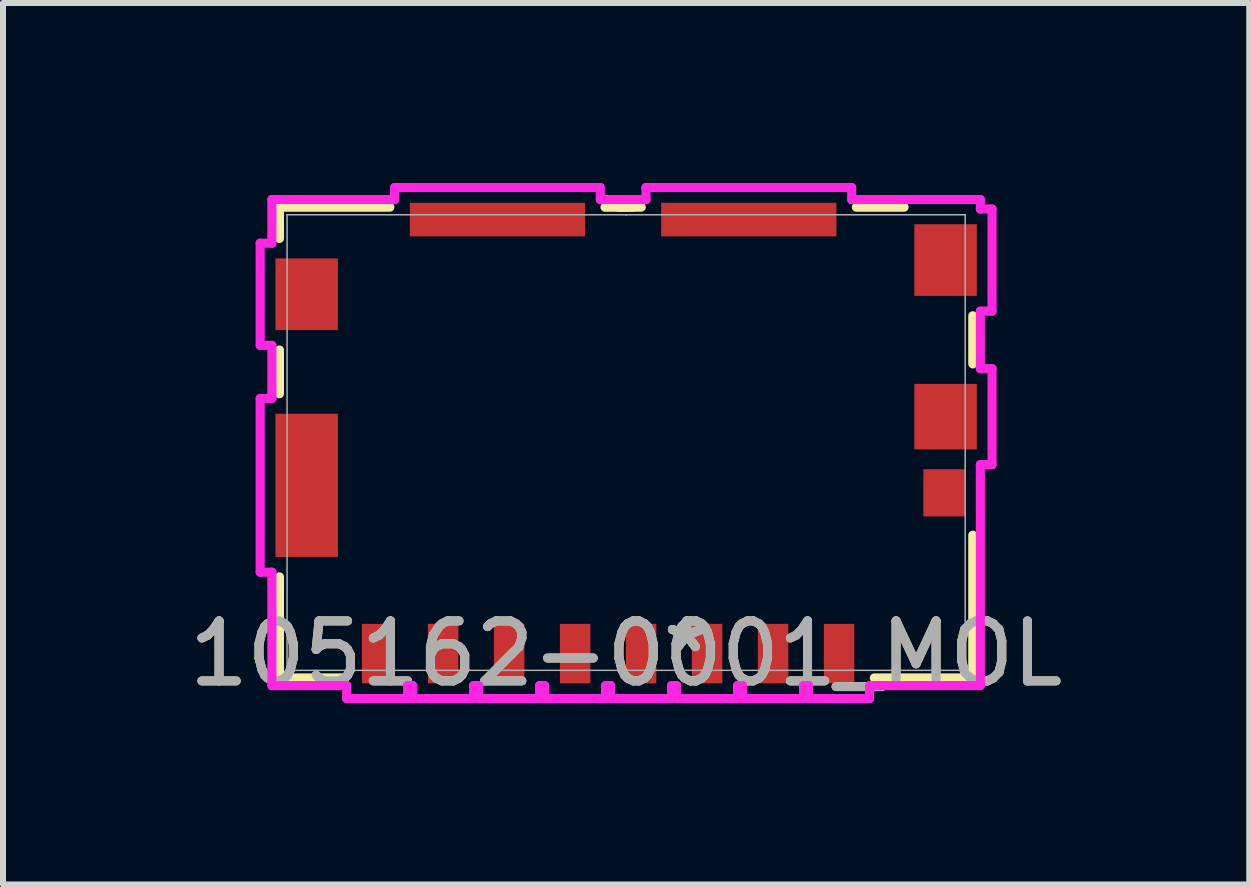
<source format=kicad_pcb>
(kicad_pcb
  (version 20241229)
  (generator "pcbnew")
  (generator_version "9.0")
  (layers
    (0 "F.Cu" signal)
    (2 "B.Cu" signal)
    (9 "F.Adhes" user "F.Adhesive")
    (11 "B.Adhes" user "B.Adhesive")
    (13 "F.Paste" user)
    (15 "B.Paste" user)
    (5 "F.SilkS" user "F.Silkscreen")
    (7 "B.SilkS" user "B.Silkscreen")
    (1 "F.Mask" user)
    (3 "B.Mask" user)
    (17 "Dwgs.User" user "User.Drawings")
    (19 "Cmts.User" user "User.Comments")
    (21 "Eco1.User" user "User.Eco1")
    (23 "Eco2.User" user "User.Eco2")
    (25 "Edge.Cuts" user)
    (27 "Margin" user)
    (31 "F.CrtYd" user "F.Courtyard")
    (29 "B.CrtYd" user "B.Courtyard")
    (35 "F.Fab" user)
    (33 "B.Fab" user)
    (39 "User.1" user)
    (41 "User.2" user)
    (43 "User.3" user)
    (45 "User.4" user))
  (footprint "105162-0001_MOL"
    (layer "F.Cu")
    (at 7.387 4.327)
    (property "Reference" "105162-0001_MOL" (at 0 3.518 0) (unlocked yes) (layer "F.SilkS") (effects (font (size 1 1) (thickness 0.15))))
    (attr smd)
    (fp_line (start -5.779 -3.924) (end -5.779 -3.402) (stroke (width 0.152) (type solid)) (layer "F.SilkS"))
    (fp_line (start -5.779 -1.543) (end -5.779 -0.814) (stroke (width 0.152) (type solid)) (layer "F.SilkS"))
    (fp_line (start -5.779 2.239) (end -5.779 3.924) (stroke (width 0.152) (type solid)) (layer "F.SilkS"))
    (fp_line (start -5.779 3.924) (end -4.737 3.924) (stroke (width 0.152) (type solid)) (layer "F.SilkS"))
    (fp_line (start -3.938 -3.924) (end -5.779 -3.924) (stroke (width 0.152) (type solid)) (layer "F.SilkS"))
    (fp_line (start 0.127 -3.924) (end -0.127 -3.924) (stroke (width 0.152) (type solid)) (layer "F.SilkS"))
    (fp_line (start 0.252 -3.924) (end -0.352 -3.924) (stroke (width 0.152) (type solid)) (layer "F.SilkS"))
    (fp_line (start 4.137 3.924) (end 5.779 3.924) (stroke (width 0.152) (type solid)) (layer "F.SilkS"))
    (fp_line (start 4.633 -3.924) (end 3.838 -3.924) (stroke (width 0.152) (type solid)) (layer "F.SilkS"))
    (fp_line (start 5.779 -1.311) (end 5.779 -2.113) (stroke (width 0.152) (type solid)) (layer "F.SilkS"))
    (fp_line (start 5.779 3.924) (end 5.779 1.544) (stroke (width 0.152) (type solid)) (layer "F.SilkS"))
    (fp_line (start -6.1 -0.735) (end -6.1 2.161) (stroke (width 0.152) (type solid)) (layer "F.CrtYd"))
    (fp_line (start -6.1 2.161) (end -5.905 2.161) (stroke (width 0.152) (type solid)) (layer "F.CrtYd"))
    (fp_line (start -6.1 -3.323) (end -6.1 -1.621) (stroke (width 0.152) (type solid)) (layer "F.CrtYd"))
    (fp_line (start -6.1 -1.621) (end -5.905 -1.621) (stroke (width 0.152) (type solid)) (layer "F.CrtYd"))
    (fp_line (start -5.905 -4.051) (end -5.905 -3.323) (stroke (width 0.152) (type solid)) (layer "F.CrtYd"))
    (fp_line (start -5.905 -3.323) (end -6.1 -3.323) (stroke (width 0.152) (type solid)) (layer "F.CrtYd"))
    (fp_line (start -5.905 -1.621) (end -5.905 -0.735) (stroke (width 0.152) (type solid)) (layer "F.CrtYd"))
    (fp_line (start -5.905 -0.735) (end -6.1 -0.735) (stroke (width 0.152) (type solid)) (layer "F.CrtYd"))
    (fp_line (start -5.905 2.161) (end -5.905 4.051) (stroke (width 0.152) (type solid)) (layer "F.CrtYd"))
    (fp_line (start -5.905 4.051) (end -4.658 4.051) (stroke (width 0.152) (type solid)) (layer "F.CrtYd"))
    (fp_line (start -4.658 4.051) (end -4.658 4.267) (stroke (width 0.152) (type solid)) (layer "F.CrtYd"))
    (fp_line (start -4.658 4.267) (end -3.642 4.267) (stroke (width 0.152) (type solid)) (layer "F.CrtYd"))
    (fp_line (start -3.86 -4.251) (end -3.86 -4.051) (stroke (width 0.152) (type solid)) (layer "F.CrtYd"))
    (fp_line (start -3.86 -4.051) (end -5.905 -4.051) (stroke (width 0.152) (type solid)) (layer "F.CrtYd"))
    (fp_line (start -3.642 4.051) (end -3.558 4.051) (stroke (width 0.152) (type solid)) (layer "F.CrtYd"))
    (fp_line (start -3.642 4.267) (end -3.642 4.051) (stroke (width 0.152) (type solid)) (layer "F.CrtYd"))
    (fp_line (start -3.558 4.051) (end -3.558 4.267) (stroke (width 0.152) (type solid)) (layer "F.CrtYd"))
    (fp_line (start -3.558 4.267) (end -2.542 4.267) (stroke (width 0.152) (type solid)) (layer "F.CrtYd"))
    (fp_line (start -2.542 4.051) (end -2.458 4.051) (stroke (width 0.152) (type solid)) (layer "F.CrtYd"))
    (fp_line (start -2.542 4.267) (end -2.542 4.051) (stroke (width 0.152) (type solid)) (layer "F.CrtYd"))
    (fp_line (start -2.458 4.051) (end -2.458 4.267) (stroke (width 0.152) (type solid)) (layer "F.CrtYd"))
    (fp_line (start -2.458 4.267) (end -1.442 4.267) (stroke (width 0.152) (type solid)) (layer "F.CrtYd"))
    (fp_line (start -1.442 4.051) (end -1.358 4.051) (stroke (width 0.152) (type solid)) (layer "F.CrtYd"))
    (fp_line (start -1.442 4.267) (end -1.442 4.051) (stroke (width 0.152) (type solid)) (layer "F.CrtYd"))
    (fp_line (start -1.358 4.051) (end -1.358 4.267) (stroke (width 0.152) (type solid)) (layer "F.CrtYd"))
    (fp_line (start -1.358 4.267) (end -0.342 4.267) (stroke (width 0.152) (type solid)) (layer "F.CrtYd"))
    (fp_line (start -0.43 -4.251) (end -3.86 -4.251) (stroke (width 0.152) (type solid)) (layer "F.CrtYd"))
    (fp_line (start -0.43 -4.051) (end -0.43 -4.251) (stroke (width 0.152) (type solid)) (layer "F.CrtYd"))
    (fp_line (start -0.342 4.051) (end -0.258 4.051) (stroke (width 0.152) (type solid)) (layer "F.CrtYd"))
    (fp_line (start -0.342 4.267) (end -0.342 4.051) (stroke (width 0.152) (type solid)) (layer "F.CrtYd"))
    (fp_line (start -0.258 4.051) (end -0.258 4.267) (stroke (width 0.152) (type solid)) (layer "F.CrtYd"))
    (fp_line (start -0.258 4.267) (end 0.758 4.267) (stroke (width 0.152) (type solid)) (layer "F.CrtYd"))
    (fp_line (start 0.331 -4.251) (end 0.331 -4.051) (stroke (width 0.152) (type solid)) (layer "F.CrtYd"))
    (fp_line (start 0.331 -4.051) (end -0.43 -4.051) (stroke (width 0.152) (type solid)) (layer "F.CrtYd"))
    (fp_line (start 0.758 4.051) (end 0.842 4.051) (stroke (width 0.152) (type solid)) (layer "F.CrtYd"))
    (fp_line (start 0.758 4.267) (end 0.758 4.051) (stroke (width 0.152) (type solid)) (layer "F.CrtYd"))
    (fp_line (start 0.842 4.051) (end 0.842 4.267) (stroke (width 0.152) (type solid)) (layer "F.CrtYd"))
    (fp_line (start 0.842 4.267) (end 1.858 4.267) (stroke (width 0.152) (type solid)) (layer "F.CrtYd"))
    (fp_line (start 1.858 4.051) (end 1.942 4.051) (stroke (width 0.152) (type solid)) (layer "F.CrtYd"))
    (fp_line (start 1.858 4.267) (end 1.858 4.051) (stroke (width 0.152) (type solid)) (layer "F.CrtYd"))
    (fp_line (start 1.942 4.051) (end 1.942 4.267) (stroke (width 0.152) (type solid)) (layer "F.CrtYd"))
    (fp_line (start 1.942 4.267) (end 2.958 4.267) (stroke (width 0.152) (type solid)) (layer "F.CrtYd"))
    (fp_line (start 2.958 4.051) (end 3.042 4.051) (stroke (width 0.152) (type solid)) (layer "F.CrtYd"))
    (fp_line (start 2.958 4.267) (end 2.958 4.051) (stroke (width 0.152) (type solid)) (layer "F.CrtYd"))
    (fp_line (start 3.042 4.051) (end 3.042 4.267) (stroke (width 0.152) (type solid)) (layer "F.CrtYd"))
    (fp_line (start 3.042 4.267) (end 4.058 4.267) (stroke (width 0.152) (type solid)) (layer "F.CrtYd"))
    (fp_line (start 3.76 -4.251) (end 0.331 -4.251) (stroke (width 0.152) (type solid)) (layer "F.CrtYd"))
    (fp_line (start 3.76 -4.051) (end 3.76 -4.251) (stroke (width 0.152) (type solid)) (layer "F.CrtYd"))
    (fp_line (start 4.058 4.051) (end 5.905 4.051) (stroke (width 0.152) (type solid)) (layer "F.CrtYd"))
    (fp_line (start 4.058 4.267) (end 4.058 4.051) (stroke (width 0.152) (type solid)) (layer "F.CrtYd"))
    (fp_line (start 5.905 -4.051) (end 3.76 -4.051) (stroke (width 0.152) (type solid)) (layer "F.CrtYd"))
    (fp_line (start 5.905 -3.893) (end 5.905 -4.051) (stroke (width 0.152) (type solid)) (layer "F.CrtYd"))
    (fp_line (start 5.905 -2.191) (end 6.1 -2.191) (stroke (width 0.152) (type solid)) (layer "F.CrtYd"))
    (fp_line (start 5.905 -1.232) (end 5.905 -2.191) (stroke (width 0.152) (type solid)) (layer "F.CrtYd"))
    (fp_line (start 5.905 0.368) (end 6.1 0.368) (stroke (width 0.152) (type solid)) (layer "F.CrtYd"))
    (fp_line (start 5.905 4.051) (end 5.905 0.368) (stroke (width 0.152) (type solid)) (layer "F.CrtYd"))
    (fp_line (start 6.1 -3.893) (end 5.905 -3.893) (stroke (width 0.152) (type solid)) (layer "F.CrtYd"))
    (fp_line (start 6.1 -2.191) (end 6.1 -3.893) (stroke (width 0.152) (type solid)) (layer "F.CrtYd"))
    (fp_line (start 6.1 -1.232) (end 5.905 -1.232) (stroke (width 0.152) (type solid)) (layer "F.CrtYd"))
    (fp_line (start 6.1 0.368) (end 6.1 -1.232) (stroke (width 0.152) (type solid)) (layer "F.CrtYd"))
    (fp_line (start -5.652 -3.797) (end -5.652 3.797) (stroke (width 0.025) (type solid)) (layer "F.Fab"))
    (fp_line (start -5.652 3.797) (end 5.652 3.797) (stroke (width 0.025) (type solid)) (layer "F.Fab"))
    (fp_line (start 0 -3.797) (end 0 -3.797) (stroke (width 0.025) (type solid)) (layer "F.Fab"))
    (fp_line (start 0 -3.797) (end 0 -3.797) (stroke (width 0.025) (type solid)) (layer "F.Fab"))
    (fp_line (start 0 -3.797) (end 0 -3.797) (stroke (width 0.025) (type solid)) (layer "F.Fab"))
    (fp_line (start 0 -3.797) (end 0 -3.797) (stroke (width 0.025) (type solid)) (layer "F.Fab"))
    (fp_line (start 5.652 -3.797) (end -5.652 -3.797) (stroke (width 0.025) (type solid)) (layer "F.Fab"))
    (fp_line (start 5.652 3.797) (end 5.652 -3.797) (stroke (width 0.025) (type solid)) (layer "F.Fab"))
    (fp_text user "*" (at 1.01 3.518 0) (layer "F.SilkS") (effects (font (size 1 1) (thickness 0.15))))
    (fp_text user "*" (at 1.01 3.518 0) (unlocked yes) (layer "F.SilkS") (effects (font (size 1 1) (thickness 0.15))))
    (fp_text user "${REFERENCE}" (at 0 3.518 0) (unlocked yes) (layer "F.Fab") (effects (font (size 1 1) (thickness 0.15))))
    (fp_text user "*" (at 1.01 3.518 0) (layer "F.Fab") (effects (font (size 1 1) (thickness 0.15))))
    (fp_text user "*" (at 1.01 3.518 0) (unlocked yes) (layer "F.Fab") (effects (font (size 1 1) (thickness 0.15))))
    (pad "14" smd rect (at -2.145 -3.717) (size 2.921 0.559) (layers "F.Cu" "F.Mask" "F.Paste"))
    (pad "15" smd rect (at 2.045 -3.717) (size 2.921 0.559) (layers "F.Cu" "F.Mask" "F.Paste"))
    (pad "G1" smd rect (at 5.325 -0.432) (size 1.041 1.092) (layers "F.Cu" "F.Mask" "F.Paste"))
    (pad "G2" smd rect (at 5.325 -3.042) (size 1.041 1.194) (layers "F.Cu" "F.Mask" "F.Paste"))
    (pad "G3" smd rect (at -5.325 -2.472) (size 1.041 1.194) (layers "F.Cu" "F.Mask" "F.Paste"))
    (pad "G4" smd rect (at -5.325 0.713) (size 1.041 2.388) (layers "F.Cu" "F.Mask" "F.Paste"))
    (pad "P1" smd rect (at 3.55 3.518) (size 0.508 0.991) (layers "F.Cu" "F.Mask" "F.Paste"))
    (pad "P2" smd rect (at 2.45 3.518) (size 0.508 0.991) (layers "F.Cu" "F.Mask" "F.Paste"))
    (pad "P3" smd rect (at 1.35 3.518) (size 0.508 0.991) (layers "F.Cu" "F.Mask" "F.Paste"))
    (pad "P4" smd rect (at 0.25 3.518) (size 0.508 0.991) (layers "F.Cu" "F.Mask" "F.Paste"))
    (pad "P5" smd rect (at -0.85 3.518) (size 0.508 0.991) (layers "F.Cu" "F.Mask" "F.Paste"))
    (pad "P6" smd rect (at -1.95 3.518) (size 0.508 0.991) (layers "F.Cu" "F.Mask" "F.Paste"))
    (pad "P7" smd rect (at -3.05 3.518) (size 0.508 0.991) (layers "F.Cu" "F.Mask" "F.Paste"))
    (pad "P8" smd rect (at -4.15 3.518) (size 0.508 0.991) (layers "F.Cu" "F.Mask" "F.Paste"))
    (pad "P9" smd rect (at 5.31 0.838) (size 0.711 0.787) (layers "F.Cu" "F.Mask" "F.Paste")))
  (gr_rect
    (start -3 -3)
    (end 17.774 11.693)
    (stroke (width 0.1) (type default))
    (fill no)
    (layer "Edge.Cuts")))
</source>
